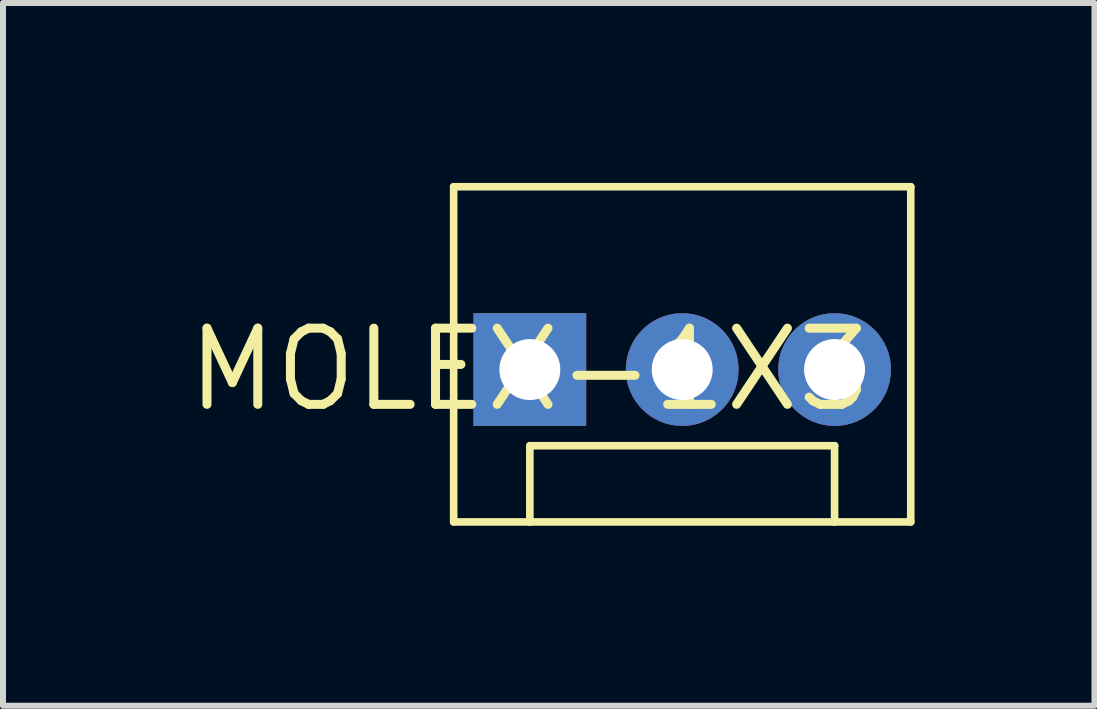
<source format=kicad_pcb>
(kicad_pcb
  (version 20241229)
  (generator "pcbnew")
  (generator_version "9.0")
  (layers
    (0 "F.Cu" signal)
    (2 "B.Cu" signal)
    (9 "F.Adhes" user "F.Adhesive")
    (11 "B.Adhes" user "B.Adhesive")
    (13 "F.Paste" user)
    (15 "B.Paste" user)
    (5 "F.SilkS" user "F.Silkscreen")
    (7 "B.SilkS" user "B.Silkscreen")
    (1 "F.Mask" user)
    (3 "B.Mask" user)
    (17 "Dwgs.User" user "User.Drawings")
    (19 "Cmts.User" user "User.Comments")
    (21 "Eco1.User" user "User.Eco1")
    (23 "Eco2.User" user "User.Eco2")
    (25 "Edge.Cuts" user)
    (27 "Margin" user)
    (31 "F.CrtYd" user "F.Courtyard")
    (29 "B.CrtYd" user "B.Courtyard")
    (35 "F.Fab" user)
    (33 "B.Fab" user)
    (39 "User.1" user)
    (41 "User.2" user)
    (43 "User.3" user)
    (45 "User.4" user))
  (footprint "MOLEX-1X3"
    (layer "F.Cu")
    (at 5.783 3.111)
    (property "Reference" "MOLEX-1X3" (at 0 0 0) (layer "F.SilkS") (effects (font (size 1.27 1.27) (thickness 0.15))))
    (fp_line (start -1.27 -3.048) (end -1.27 2.54) (stroke (width 0.127) (type solid)) (layer "F.SilkS"))
    (fp_line (start 0 1.27) (end 5.08 1.27) (stroke (width 0.127) (type solid)) (layer "F.SilkS"))
    (fp_line (start 0 2.54) (end -1.27 2.54) (stroke (width 0.127) (type solid)) (layer "F.SilkS"))
    (fp_line (start 0 2.54) (end 0 1.27) (stroke (width 0.127) (type solid)) (layer "F.SilkS"))
    (fp_line (start 5.08 1.27) (end 5.08 2.54) (stroke (width 0.127) (type solid)) (layer "F.SilkS"))
    (fp_line (start 5.08 2.54) (end 0 2.54) (stroke (width 0.127) (type solid)) (layer "F.SilkS"))
    (fp_line (start 6.35 -3.048) (end -1.27 -3.048) (stroke (width 0.127) (type solid)) (layer "F.SilkS"))
    (fp_line (start 6.35 -3.048) (end 6.35 2.54) (stroke (width 0.127) (type solid)) (layer "F.SilkS"))
    (fp_line (start 6.35 2.54) (end 5.08 2.54) (stroke (width 0.127) (type solid)) (layer "F.SilkS"))
    (pad "1" thru_hole rect (at 0 0) (size 1.88 1.88) (drill 1.016) (layers "*.Cu" "*.Mask"))
    (pad "2" thru_hole circle (at 2.54 0) (size 1.88 1.88) (drill 1.016) (layers "*.Cu" "*.Mask"))
    (pad "3" thru_hole circle (at 5.08 0) (size 1.88 1.88) (drill 1.016) (layers "*.Cu" "*.Mask")))
  (gr_rect
    (start -3 -3)
    (end 15.196 8.715)
    (stroke (width 0.1) (type default))
    (fill no)
    (layer "Edge.Cuts")))
</source>
